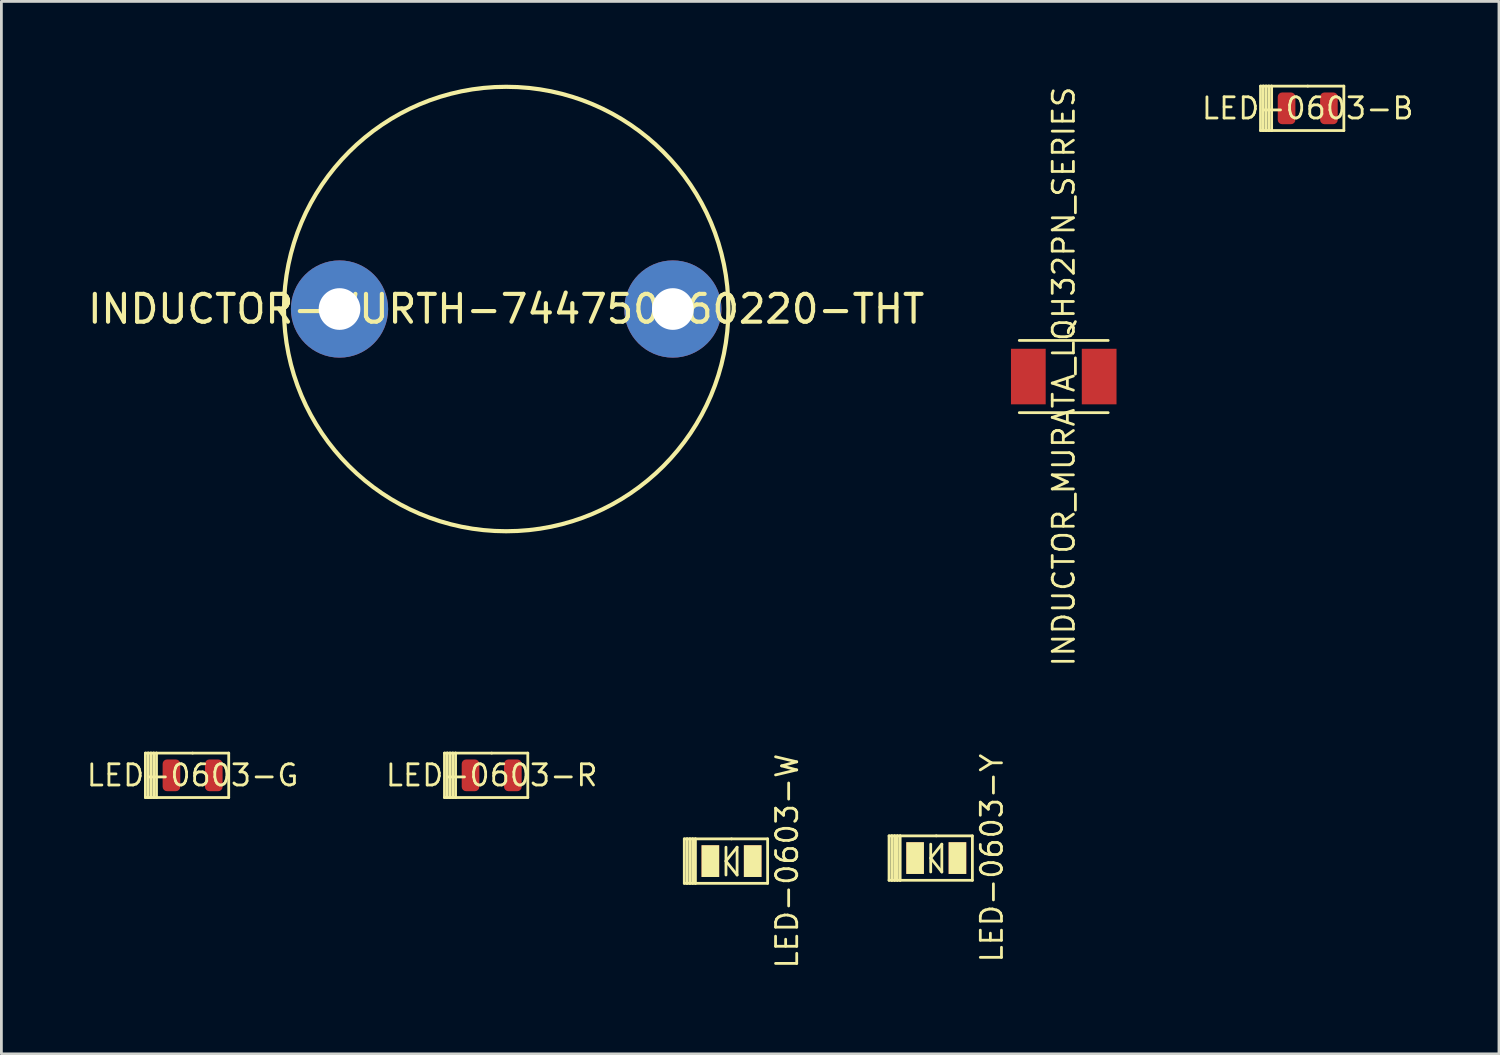
<source format=kicad_pcb>
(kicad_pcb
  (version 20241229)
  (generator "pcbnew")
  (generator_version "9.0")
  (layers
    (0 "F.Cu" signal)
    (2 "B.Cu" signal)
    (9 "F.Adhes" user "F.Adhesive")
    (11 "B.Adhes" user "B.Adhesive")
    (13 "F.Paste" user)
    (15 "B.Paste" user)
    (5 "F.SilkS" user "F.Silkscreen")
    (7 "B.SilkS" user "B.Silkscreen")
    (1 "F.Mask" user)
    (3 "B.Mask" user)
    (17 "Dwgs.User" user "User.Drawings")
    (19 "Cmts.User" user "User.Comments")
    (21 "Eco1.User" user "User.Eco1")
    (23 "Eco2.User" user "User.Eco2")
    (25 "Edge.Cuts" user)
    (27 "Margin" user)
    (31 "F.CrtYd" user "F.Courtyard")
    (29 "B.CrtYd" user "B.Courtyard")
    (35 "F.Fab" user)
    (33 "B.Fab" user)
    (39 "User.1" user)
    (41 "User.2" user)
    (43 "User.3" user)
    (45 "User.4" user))
  (footprint "LED-0603-R"
    (layer "F.Cu")
    (at 14.651 24.862)
    (property "Reference" "LED-0603-R" (at 0 0 0) (layer "F.SilkS") (effects (font (size 0.762 0.762) (thickness 0.1))))
    (attr smd)
    (fp_line (start -1.7 -0.8) (end -1.7 0.8) (stroke (width 0.1) (type solid)) (layer "F.SilkS"))
    (fp_line (start -1.7 0.8) (end -1.6 0.8) (stroke (width 0.1) (type solid)) (layer "F.SilkS"))
    (fp_line (start -1.6 -0.8) (end -1.7 -0.8) (stroke (width 0.1) (type solid)) (layer "F.SilkS"))
    (fp_line (start -1.6 -0.8) (end -1.6 0.8) (stroke (width 0.1) (type solid)) (layer "F.SilkS"))
    (fp_line (start -1.6 0.8) (end -1.5 0.8) (stroke (width 0.1) (type solid)) (layer "F.SilkS"))
    (fp_line (start -1.5 -0.8) (end -1.6 -0.8) (stroke (width 0.1) (type solid)) (layer "F.SilkS"))
    (fp_line (start -1.5 -0.8) (end -1.5 0.8) (stroke (width 0.1) (type solid)) (layer "F.SilkS"))
    (fp_line (start -1.5 0.8) (end -1.4 0.8) (stroke (width 0.1) (type solid)) (layer "F.SilkS"))
    (fp_line (start -1.4 -0.8) (end -1.5 -0.8) (stroke (width 0.1) (type solid)) (layer "F.SilkS"))
    (fp_line (start -1.4 -0.8) (end -1.4 0.8) (stroke (width 0.1) (type solid)) (layer "F.SilkS"))
    (fp_line (start -1.4 0.8) (end -1.3 0.8) (stroke (width 0.1) (type solid)) (layer "F.SilkS"))
    (fp_line (start -1.3 -0.8) (end -1.4 -0.8) (stroke (width 0.1) (type solid)) (layer "F.SilkS"))
    (fp_line (start -1.3 -0.8) (end 0 -0.8) (stroke (width 0.1) (type solid)) (layer "F.SilkS"))
    (fp_line (start -1.3 0.8) (end -1.3 -0.8) (stroke (width 0.1) (type solid)) (layer "F.SilkS"))
    (fp_line (start 0 -0.8) (end 1.3 -0.8) (stroke (width 0.1) (type solid)) (layer "F.SilkS"))
    (fp_line (start 1.3 -0.8) (end 1.3 0.8) (stroke (width 0.1) (type solid)) (layer "F.SilkS"))
    (fp_line (start 1.3 0.8) (end -1.3 0.8) (stroke (width 0.1) (type solid)) (layer "F.SilkS"))
    (pad "1" smd roundrect (at -0.762 0) (size 0.635 1.143) (layers "F.Cu" "F.Mask" "F.Paste") (roundrect_rratio 0.25))
    (pad "2" smd roundrect (at 0.762 0) (size 0.635 1.143) (layers "F.Cu" "F.Mask" "F.Paste") (roundrect_rratio 0.25)))
  (footprint "LED-0603-G"
    (layer "F.Cu")
    (at 3.884 24.862)
    (property "Reference" "LED-0603-G" (at 0 0 0) (layer "F.SilkS") (effects (font (size 0.762 0.762) (thickness 0.1))))
    (attr smd)
    (fp_line (start -1.7 -0.8) (end -1.7 0.8) (stroke (width 0.1) (type solid)) (layer "F.SilkS"))
    (fp_line (start -1.7 0.8) (end -1.6 0.8) (stroke (width 0.1) (type solid)) (layer "F.SilkS"))
    (fp_line (start -1.6 -0.8) (end -1.7 -0.8) (stroke (width 0.1) (type solid)) (layer "F.SilkS"))
    (fp_line (start -1.6 -0.8) (end -1.6 0.8) (stroke (width 0.1) (type solid)) (layer "F.SilkS"))
    (fp_line (start -1.6 0.8) (end -1.5 0.8) (stroke (width 0.1) (type solid)) (layer "F.SilkS"))
    (fp_line (start -1.5 -0.8) (end -1.6 -0.8) (stroke (width 0.1) (type solid)) (layer "F.SilkS"))
    (fp_line (start -1.5 -0.8) (end -1.5 0.8) (stroke (width 0.1) (type solid)) (layer "F.SilkS"))
    (fp_line (start -1.5 0.8) (end -1.4 0.8) (stroke (width 0.1) (type solid)) (layer "F.SilkS"))
    (fp_line (start -1.4 -0.8) (end -1.5 -0.8) (stroke (width 0.1) (type solid)) (layer "F.SilkS"))
    (fp_line (start -1.4 -0.8) (end -1.4 0.8) (stroke (width 0.1) (type solid)) (layer "F.SilkS"))
    (fp_line (start -1.4 0.8) (end -1.3 0.8) (stroke (width 0.1) (type solid)) (layer "F.SilkS"))
    (fp_line (start -1.3 -0.8) (end -1.4 -0.8) (stroke (width 0.1) (type solid)) (layer "F.SilkS"))
    (fp_line (start -1.3 -0.8) (end 0 -0.8) (stroke (width 0.1) (type solid)) (layer "F.SilkS"))
    (fp_line (start -1.3 0.8) (end -1.3 -0.8) (stroke (width 0.1) (type solid)) (layer "F.SilkS"))
    (fp_line (start 0 -0.8) (end 1.3 -0.8) (stroke (width 0.1) (type solid)) (layer "F.SilkS"))
    (fp_line (start 1.3 -0.8) (end 1.3 0.8) (stroke (width 0.1) (type solid)) (layer "F.SilkS"))
    (fp_line (start 1.3 0.8) (end -1.3 0.8) (stroke (width 0.1) (type solid)) (layer "F.SilkS"))
    (pad "1" smd roundrect (at -0.762 0) (size 0.635 1.143) (layers "F.Cu" "F.Mask" "F.Paste") (roundrect_rratio 0.25))
    (pad "2" smd roundrect (at 0.762 0) (size 0.635 1.143) (layers "F.Cu" "F.Mask" "F.Paste") (roundrect_rratio 0.25)))
  (footprint "INDUCTOR-WURTH-744750560220-THT"
    (layer "F.Cu")
    (at 15.173 8.075)
    (property "Reference" "INDUCTOR-WURTH-744750560220-THT" (at 0 0 0) (layer "F.SilkS") (effects (font (size 1 1) (thickness 0.15))))
    (attr through_hole)
    (fp_circle (center 0 0) (end 0 -8) (stroke (width 0.15) (type solid)) (fill no) (layer "F.SilkS"))
    (pad "1" thru_hole circle (at -6 0) (size 3.5 3.5) (drill 1.5) (layers "*.Cu" "*.Mask"))
    (pad "2" thru_hole circle (at 6 0) (size 3.5 3.5) (drill 1.5) (layers "*.Cu" "*.Mask")))
  (footprint "LED-0603-B"
    (layer "F.Cu")
    (at 44.029 0.85)
    (property "Reference" "LED-0603-B" (at 0 0 0) (layer "F.SilkS") (effects (font (size 0.762 0.762) (thickness 0.1))))
    (attr smd)
    (fp_line (start -1.7 -0.8) (end -1.7 0.8) (stroke (width 0.1) (type solid)) (layer "F.SilkS"))
    (fp_line (start -1.7 0.8) (end -1.6 0.8) (stroke (width 0.1) (type solid)) (layer "F.SilkS"))
    (fp_line (start -1.6 -0.8) (end -1.7 -0.8) (stroke (width 0.1) (type solid)) (layer "F.SilkS"))
    (fp_line (start -1.6 -0.8) (end -1.6 0.8) (stroke (width 0.1) (type solid)) (layer "F.SilkS"))
    (fp_line (start -1.6 0.8) (end -1.5 0.8) (stroke (width 0.1) (type solid)) (layer "F.SilkS"))
    (fp_line (start -1.5 -0.8) (end -1.6 -0.8) (stroke (width 0.1) (type solid)) (layer "F.SilkS"))
    (fp_line (start -1.5 -0.8) (end -1.5 0.8) (stroke (width 0.1) (type solid)) (layer "F.SilkS"))
    (fp_line (start -1.5 0.8) (end -1.4 0.8) (stroke (width 0.1) (type solid)) (layer "F.SilkS"))
    (fp_line (start -1.4 -0.8) (end -1.5 -0.8) (stroke (width 0.1) (type solid)) (layer "F.SilkS"))
    (fp_line (start -1.4 -0.8) (end -1.4 0.8) (stroke (width 0.1) (type solid)) (layer "F.SilkS"))
    (fp_line (start -1.4 0.8) (end -1.3 0.8) (stroke (width 0.1) (type solid)) (layer "F.SilkS"))
    (fp_line (start -1.3 -0.8) (end -1.4 -0.8) (stroke (width 0.1) (type solid)) (layer "F.SilkS"))
    (fp_line (start -1.3 -0.8) (end 0 -0.8) (stroke (width 0.1) (type solid)) (layer "F.SilkS"))
    (fp_line (start -1.3 0.8) (end -1.3 -0.8) (stroke (width 0.1) (type solid)) (layer "F.SilkS"))
    (fp_line (start 0 -0.8) (end 1.3 -0.8) (stroke (width 0.1) (type solid)) (layer "F.SilkS"))
    (fp_line (start 1.3 -0.8) (end 1.3 0.8) (stroke (width 0.1) (type solid)) (layer "F.SilkS"))
    (fp_line (start 1.3 0.8) (end -1.3 0.8) (stroke (width 0.1) (type solid)) (layer "F.SilkS"))
    (pad "1" smd roundrect (at -0.762 0) (size 0.635 1.143) (layers "F.Cu" "F.Mask" "F.Paste") (roundrect_rratio 0.25))
    (pad "2" smd roundrect (at 0.762 0) (size 0.635 1.143) (layers "F.Cu" "F.Mask" "F.Paste") (roundrect_rratio 0.25)))
  (footprint "LED-0603-Y"
    (layer "F.Cu")
    (at 30.656 27.841)
    (property "Reference" "LED-0603-Y" (at 2 0 270) (layer "F.SilkS") (effects (font (size 0.762 0.762) (thickness 0.1))))
    (attr smd)
    (fp_line (start -1.7 -0.8) (end -1.7 0.8) (stroke (width 0.1) (type solid)) (layer "F.SilkS"))
    (fp_line (start -1.7 0.8) (end -1.6 0.8) (stroke (width 0.1) (type solid)) (layer "F.SilkS"))
    (fp_line (start -1.6 -0.8) (end -1.7 -0.8) (stroke (width 0.1) (type solid)) (layer "F.SilkS"))
    (fp_line (start -1.6 -0.8) (end -1.6 0.8) (stroke (width 0.1) (type solid)) (layer "F.SilkS"))
    (fp_line (start -1.6 0.8) (end -1.5 0.8) (stroke (width 0.1) (type solid)) (layer "F.SilkS"))
    (fp_line (start -1.5 -0.8) (end -1.6 -0.8) (stroke (width 0.1) (type solid)) (layer "F.SilkS"))
    (fp_line (start -1.5 -0.8) (end -1.5 0.8) (stroke (width 0.1) (type solid)) (layer "F.SilkS"))
    (fp_line (start -1.5 0.8) (end -1.4 0.8) (stroke (width 0.1) (type solid)) (layer "F.SilkS"))
    (fp_line (start -1.4 -0.8) (end -1.5 -0.8) (stroke (width 0.1) (type solid)) (layer "F.SilkS"))
    (fp_line (start -1.4 -0.8) (end -1.4 0.8) (stroke (width 0.1) (type solid)) (layer "F.SilkS"))
    (fp_line (start -1.4 0.8) (end -1.3 0.8) (stroke (width 0.1) (type solid)) (layer "F.SilkS"))
    (fp_line (start -1.3 -0.8) (end -1.4 -0.8) (stroke (width 0.1) (type solid)) (layer "F.SilkS"))
    (fp_line (start -1.3 -0.8) (end 0 -0.8) (stroke (width 0.1) (type solid)) (layer "F.SilkS"))
    (fp_line (start -1.3 0.8) (end -1.3 -0.8) (stroke (width 0.1) (type solid)) (layer "F.SilkS"))
    (fp_line (start -0.2 -0.5) (end -0.2 0.5) (stroke (width 0.1) (type solid)) (layer "F.SilkS"))
    (fp_line (start -0.2 0) (end 0.2 -0.5) (stroke (width 0.1) (type solid)) (layer "F.SilkS"))
    (fp_line (start 0 -0.8) (end 1.3 -0.8) (stroke (width 0.1) (type solid)) (layer "F.SilkS"))
    (fp_line (start 0.2 -0.5) (end 0.2 0.5) (stroke (width 0.1) (type solid)) (layer "F.SilkS"))
    (fp_line (start 0.2 0.5) (end -0.2 0) (stroke (width 0.1) (type solid)) (layer "F.SilkS"))
    (fp_line (start 1.3 -0.8) (end 1.3 0.8) (stroke (width 0.1) (type solid)) (layer "F.SilkS"))
    (fp_line (start 1.3 0.8) (end -1.3 0.8) (stroke (width 0.1) (type solid)) (layer "F.SilkS"))
    (pad "1" smd rect (at -0.762 0) (size 0.635 1.143) (layers "F.Cu" "F.Mask" "F.SilkS" "F.Paste"))
    (pad "2" smd rect (at 0.762 0) (size 0.635 1.143) (layers "F.Cu" "F.Mask" "F.SilkS" "F.Paste")))
  (footprint "LED-0603-W"
    (layer "F.Cu")
    (at 23.285 27.95)
    (property "Reference" "LED-0603-W" (at 2 0 270) (layer "F.SilkS") (effects (font (size 0.762 0.762) (thickness 0.1))))
    (attr smd)
    (fp_line (start -1.7 -0.8) (end -1.7 0.8) (stroke (width 0.1) (type solid)) (layer "F.SilkS"))
    (fp_line (start -1.7 0.8) (end -1.6 0.8) (stroke (width 0.1) (type solid)) (layer "F.SilkS"))
    (fp_line (start -1.6 -0.8) (end -1.7 -0.8) (stroke (width 0.1) (type solid)) (layer "F.SilkS"))
    (fp_line (start -1.6 -0.8) (end -1.6 0.8) (stroke (width 0.1) (type solid)) (layer "F.SilkS"))
    (fp_line (start -1.6 0.8) (end -1.5 0.8) (stroke (width 0.1) (type solid)) (layer "F.SilkS"))
    (fp_line (start -1.5 -0.8) (end -1.6 -0.8) (stroke (width 0.1) (type solid)) (layer "F.SilkS"))
    (fp_line (start -1.5 -0.8) (end -1.5 0.8) (stroke (width 0.1) (type solid)) (layer "F.SilkS"))
    (fp_line (start -1.5 0.8) (end -1.4 0.8) (stroke (width 0.1) (type solid)) (layer "F.SilkS"))
    (fp_line (start -1.4 -0.8) (end -1.5 -0.8) (stroke (width 0.1) (type solid)) (layer "F.SilkS"))
    (fp_line (start -1.4 -0.8) (end -1.4 0.8) (stroke (width 0.1) (type solid)) (layer "F.SilkS"))
    (fp_line (start -1.4 0.8) (end -1.3 0.8) (stroke (width 0.1) (type solid)) (layer "F.SilkS"))
    (fp_line (start -1.3 -0.8) (end -1.4 -0.8) (stroke (width 0.1) (type solid)) (layer "F.SilkS"))
    (fp_line (start -1.3 -0.8) (end 0 -0.8) (stroke (width 0.1) (type solid)) (layer "F.SilkS"))
    (fp_line (start -1.3 0.8) (end -1.3 -0.8) (stroke (width 0.1) (type solid)) (layer "F.SilkS"))
    (fp_line (start -0.2 -0.5) (end -0.2 0.5) (stroke (width 0.1) (type solid)) (layer "F.SilkS"))
    (fp_line (start -0.2 0) (end 0.2 -0.5) (stroke (width 0.1) (type solid)) (layer "F.SilkS"))
    (fp_line (start 0 -0.8) (end 1.3 -0.8) (stroke (width 0.1) (type solid)) (layer "F.SilkS"))
    (fp_line (start 0.2 -0.5) (end 0.2 0.5) (stroke (width 0.1) (type solid)) (layer "F.SilkS"))
    (fp_line (start 0.2 0.5) (end -0.2 0) (stroke (width 0.1) (type solid)) (layer "F.SilkS"))
    (fp_line (start 1.3 -0.8) (end 1.3 0.8) (stroke (width 0.1) (type solid)) (layer "F.SilkS"))
    (fp_line (start 1.3 0.8) (end -1.3 0.8) (stroke (width 0.1) (type solid)) (layer "F.SilkS"))
    (pad "1" smd rect (at -0.762 0) (size 0.635 1.143) (layers "F.Cu" "F.Mask" "F.SilkS" "F.Paste"))
    (pad "2" smd rect (at 0.762 0) (size 0.635 1.143) (layers "F.Cu" "F.Mask" "F.SilkS" "F.Paste")))
  (footprint "INDUCTOR_MURATA_LQH32PN_SERIES"
    (layer "F.Cu")
    (at 35.245 10.506)
    (property "Reference" "INDUCTOR_MURATA_LQH32PN_SERIES" (at 0 0 90) (layer "F.SilkS") (effects (font (size 0.762 0.762) (thickness 0.1))))
    (attr through_hole)
    (fp_line (start -1.6 -1.3) (end 1.6 -1.3) (stroke (width 0.1) (type solid)) (layer "F.SilkS"))
    (fp_line (start -1.6 1.3) (end 1.6 1.3) (stroke (width 0.1) (type solid)) (layer "F.SilkS"))
    (pad "1" smd rect (at -1.275 0) (size 1.25 2) (layers "F.Cu" "F.Mask" "F.Paste"))
    (pad "2" smd rect (at 1.275 0) (size 1.25 2) (layers "F.Cu" "F.Mask" "F.Paste")))
  (gr_rect
    (start -3 -3)
    (end 50.913 34.888)
    (stroke (width 0.1) (type default))
    (fill no)
    (layer "Edge.Cuts")))
</source>
